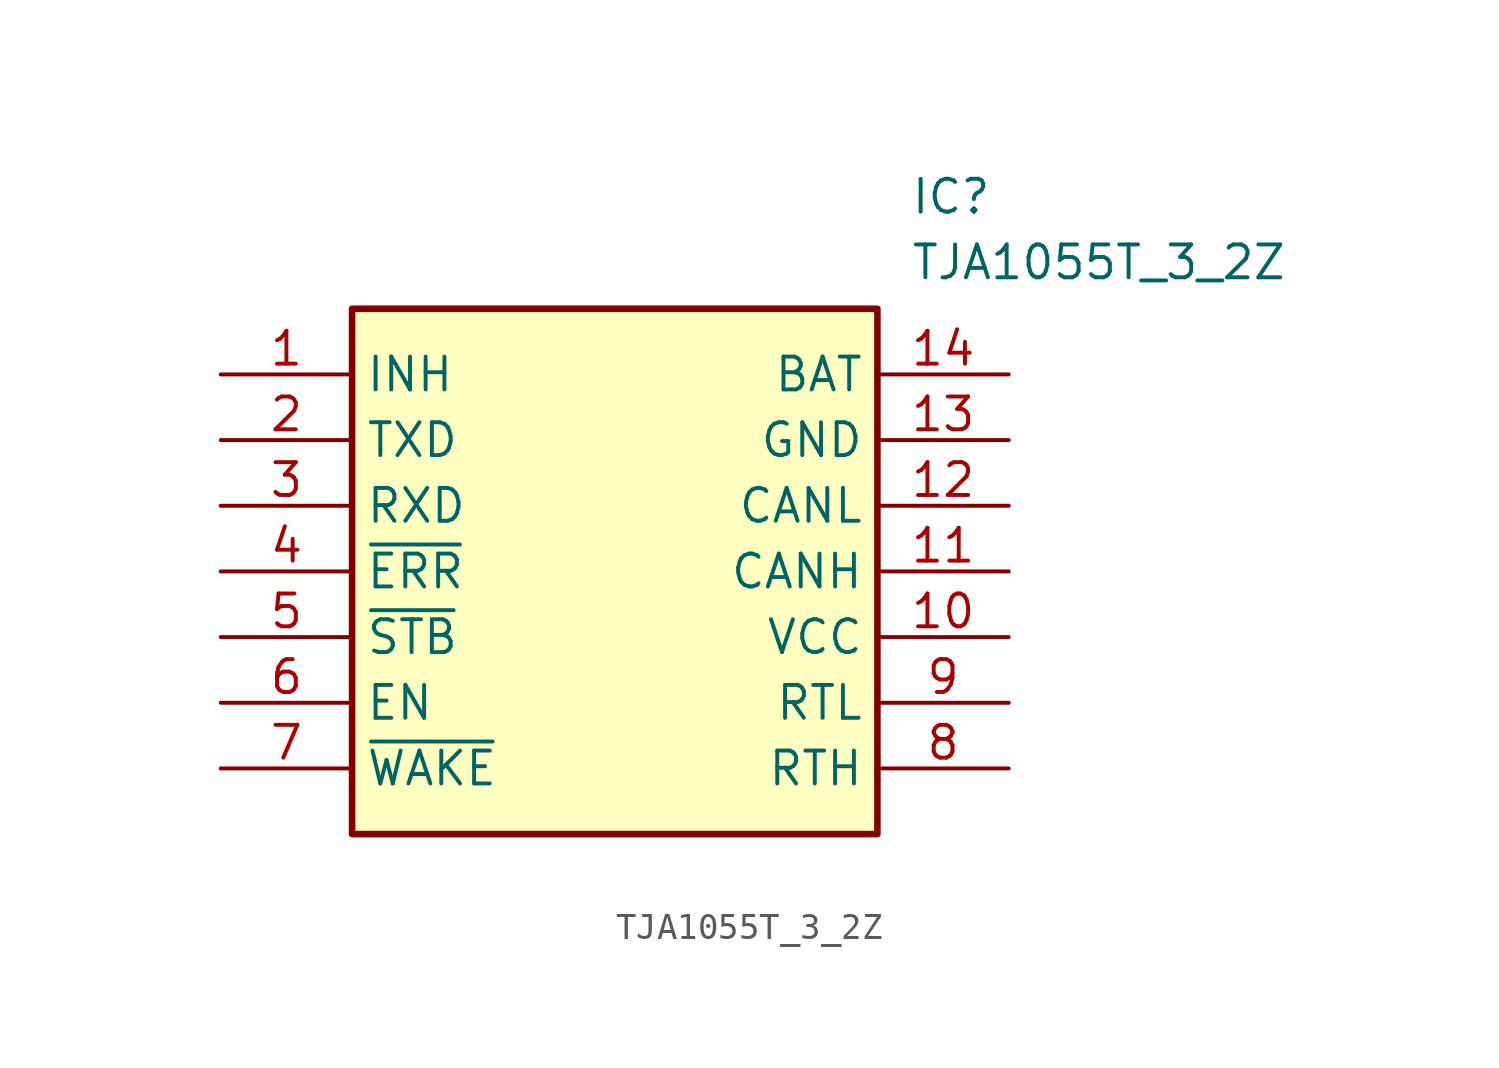
<source format=kicad_sym>
(kicad_symbol_lib
  (version 20211014)
  (generator SamacSys_ECAD_Model)
  (symbol "TJA1055T_3_2Z"
    (property "Reference" "IC"
      (at 26.67 7.62 0)
      (effects (font (size 1.27 1.27)) (justify left top)))
    (property "Value" "TJA1055T_3_2Z"
      (at 26.67 5.08 0)
      (effects (font (size 1.27 1.27)) (justify left top)))
    (rectangle
      (start 5.08 2.54)
      (end 25.4 -17.78)
      (stroke (width 0.254) (type default))
      (fill (type background)))
    (pin passive line
      (at 0 0 0)
      (length 5.08)
      (name "INH" (effects (font (size 1.27 1.27))))
      (number "1" (effects (font (size 1.27 1.27)))))
    (pin passive line
      (at 0 -2.54 0)
      (length 5.08)
      (name "TXD" (effects (font (size 1.27 1.27))))
      (number "2" (effects (font (size 1.27 1.27)))))
    (pin passive line
      (at 0 -5.08 0)
      (length 5.08)
      (name "RXD" (effects (font (size 1.27 1.27))))
      (number "3" (effects (font (size 1.27 1.27)))))
    (pin passive line
      (at 0 -7.62 0)
      (length 5.08)
      (name "~{ERR}" (effects (font (size 1.27 1.27))))
      (number "4" (effects (font (size 1.27 1.27)))))
    (pin passive line
      (at 0 -10.16 0)
      (length 5.08)
      (name "~{STB}" (effects (font (size 1.27 1.27))))
      (number "5" (effects (font (size 1.27 1.27)))))
    (pin passive line
      (at 0 -12.7 0)
      (length 5.08)
      (name "EN" (effects (font (size 1.27 1.27))))
      (number "6" (effects (font (size 1.27 1.27)))))
    (pin passive line
      (at 0 -15.24 0)
      (length 5.08)
      (name "~{WAKE}" (effects (font (size 1.27 1.27))))
      (number "7" (effects (font (size 1.27 1.27)))))
    (pin passive line
      (at 30.48 0 180)
      (length 5.08)
      (name "BAT" (effects (font (size 1.27 1.27))))
      (number "14" (effects (font (size 1.27 1.27)))))
    (pin passive line
      (at 30.48 -2.54 180)
      (length 5.08)
      (name "GND" (effects (font (size 1.27 1.27))))
      (number "13" (effects (font (size 1.27 1.27)))))
    (pin passive line
      (at 30.48 -5.08 180)
      (length 5.08)
      (name "CANL" (effects (font (size 1.27 1.27))))
      (number "12" (effects (font (size 1.27 1.27)))))
    (pin passive line
      (at 30.48 -7.62 180)
      (length 5.08)
      (name "CANH" (effects (font (size 1.27 1.27))))
      (number "11" (effects (font (size 1.27 1.27)))))
    (pin passive line
      (at 30.48 -10.16 180)
      (length 5.08)
      (name "VCC" (effects (font (size 1.27 1.27))))
      (number "10" (effects (font (size 1.27 1.27)))))
    (pin passive line
      (at 30.48 -12.7 180)
      (length 5.08)
      (name "RTL" (effects (font (size 1.27 1.27))))
      (number "9" (effects (font (size 1.27 1.27)))))
    (pin passive line
      (at 30.48 -15.24 180)
      (length 5.08)
      (name "RTH" (effects (font (size 1.27 1.27))))
      (number "8" (effects (font (size 1.27 1.27)))))))
</source>
